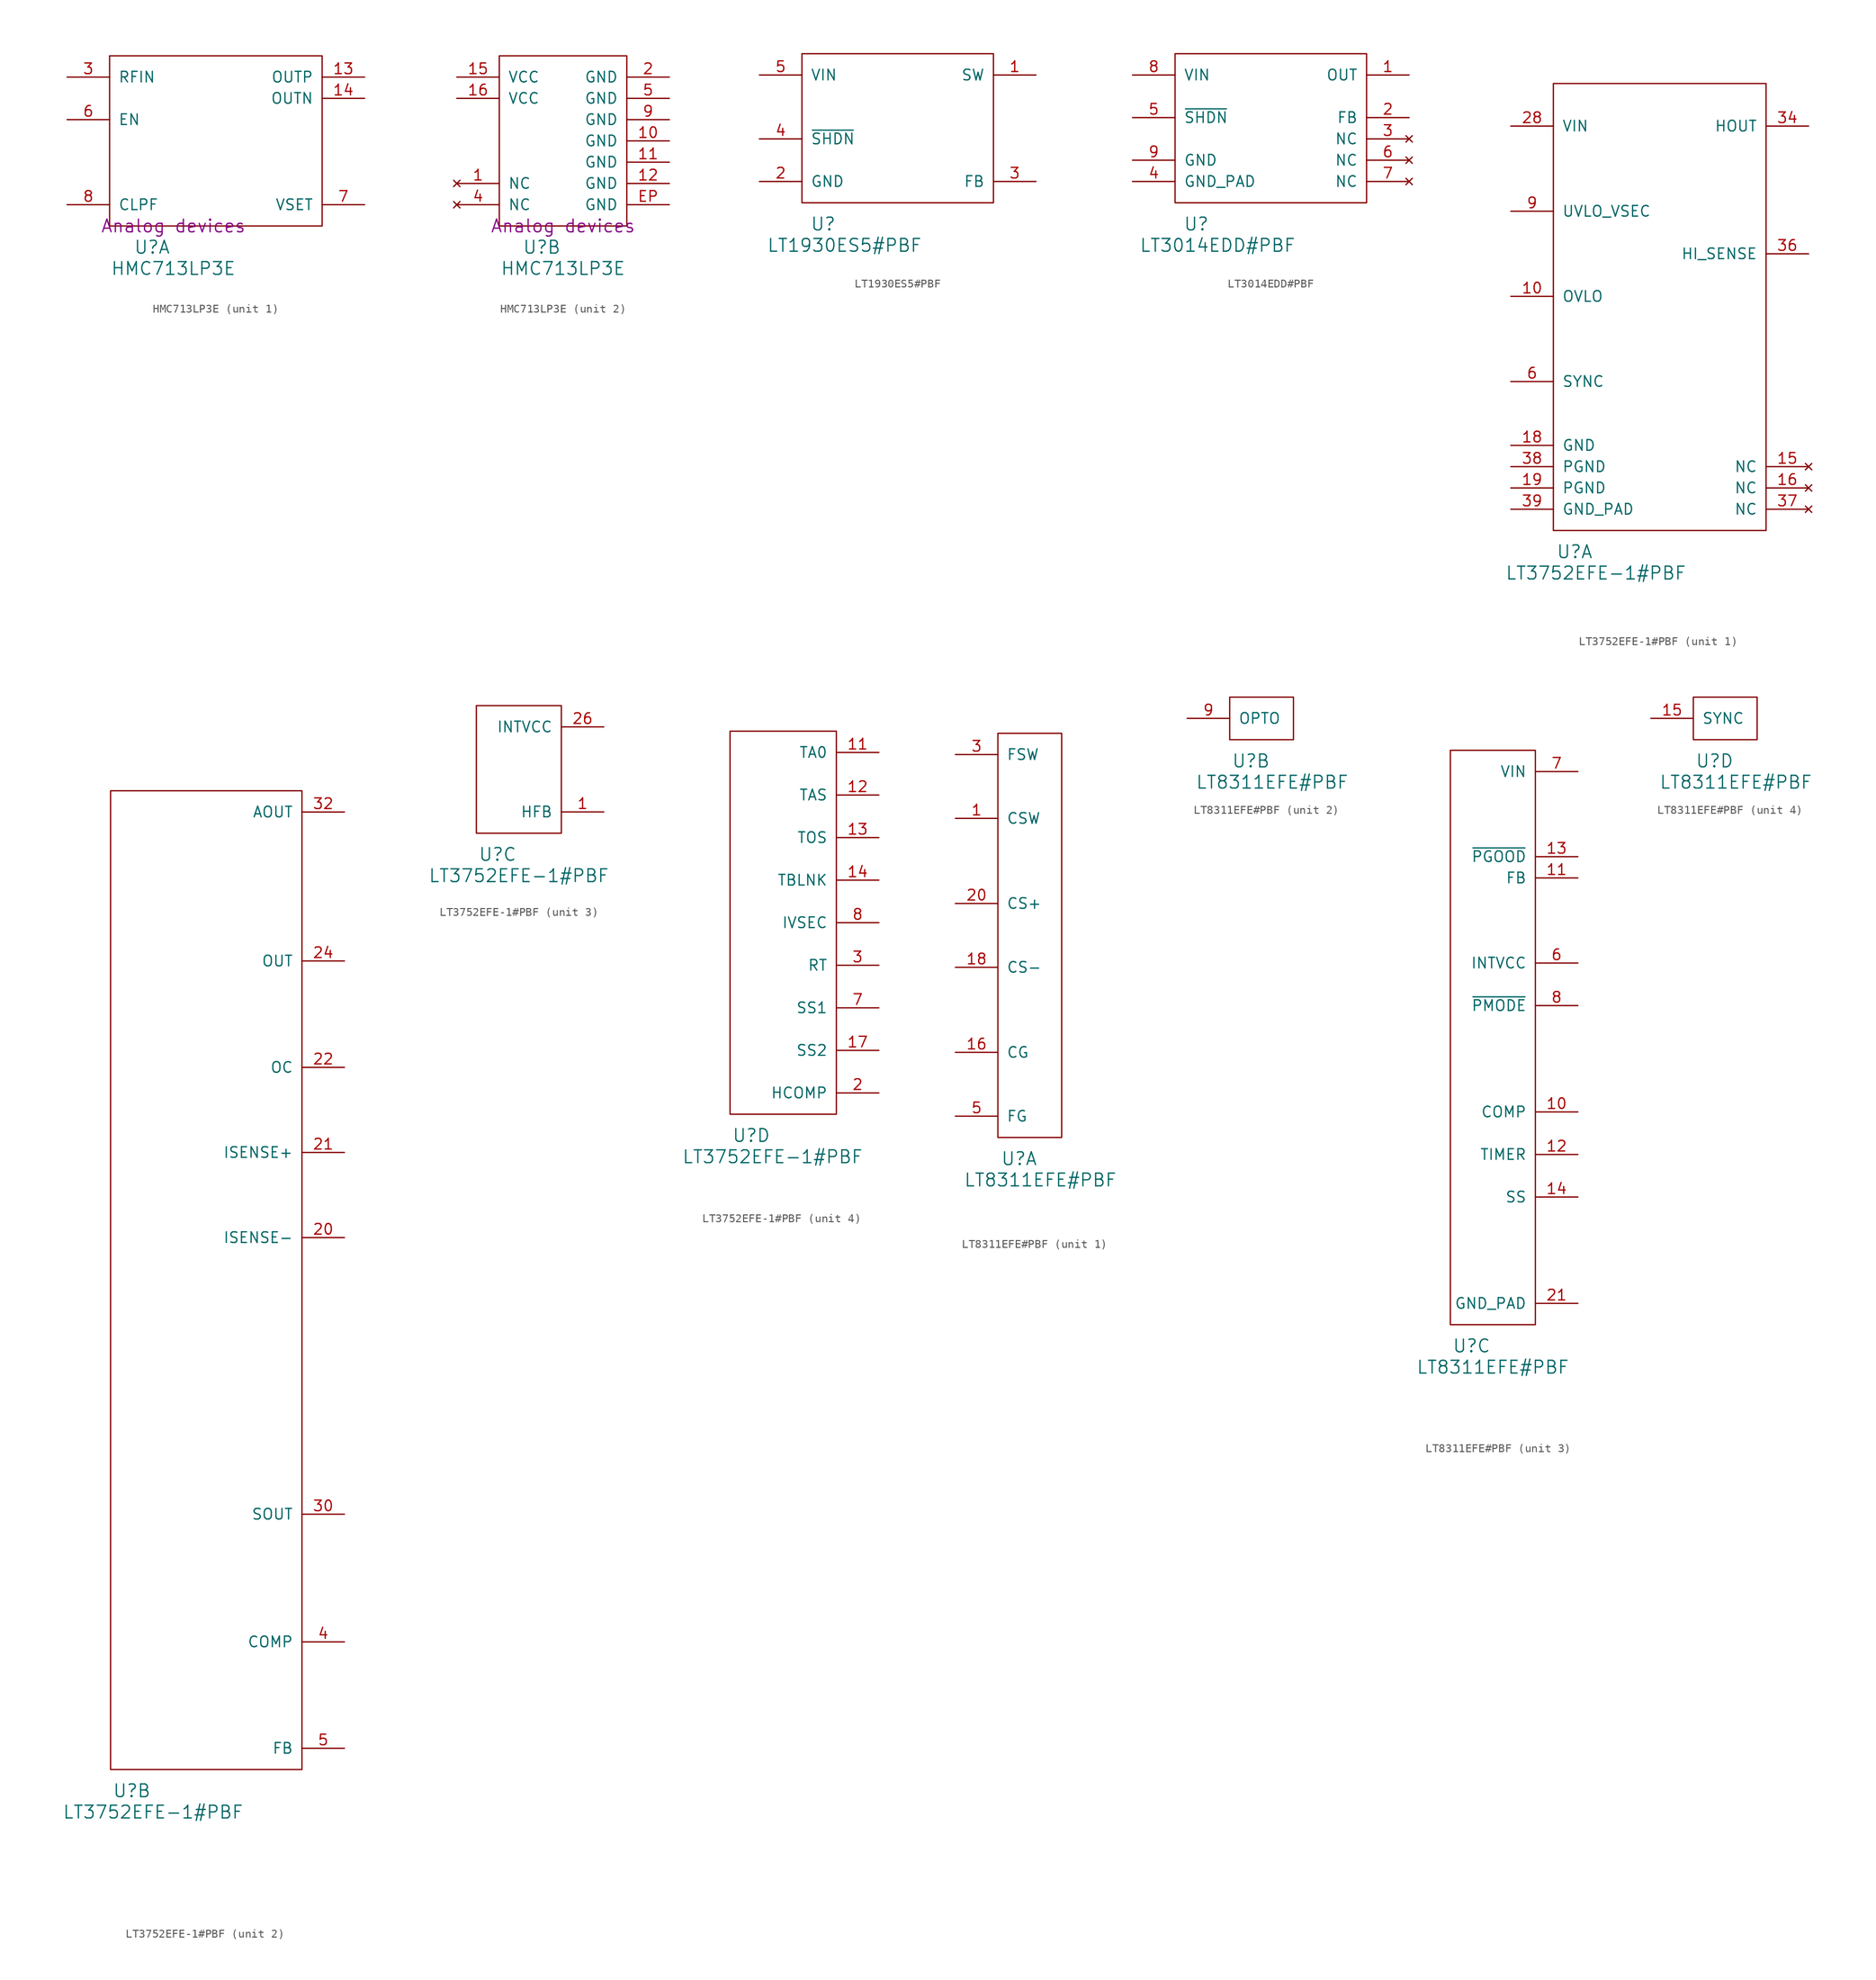
<source format=kicad_sym>
(kicad_symbol_lib
  (version 20220914)
  (generator kicad_symbol_editor)
  (symbol "HMC713LP3E"
    (pin_names
      (offset 1.016))
    (property "Reference" "U"
      (at 5.08 -2.54 0)
      (effects (font (size 1.524 1.524))))
    (property "Value" "HMC713LP3E"
      (at 7.62 -5.08 0)
      (effects (font (size 1.524 1.524))))
    (property "Manufacturer" "Analog devices"
      (at 7.62 0 0)
      (effects (font (size 1.524 1.524))))
    (property "ki_locked" ""
      (at 0 0 0)
      (effects (font (size 1.27 1.27))))
    (symbol "HMC713LP3E_1_1"
      (rectangle (start 0 0) (end 25.4 20.32) (stroke (width 0) (type solid)) (fill (type none)))
      (pin output line (at 30.48 17.78 180) (length 5.08) (name "OUTP" (effects (font (size 1.27 1.27)))) (number "13" (effects (font (size 1.27 1.27)))))
      (pin output line (at 30.48 15.24 180) (length 5.08) (name "OUTN" (effects (font (size 1.27 1.27)))) (number "14" (effects (font (size 1.27 1.27)))))
      (pin input line (at -5.08 17.78 0) (length 5.08) (name "RFIN" (effects (font (size 1.27 1.27)))) (number "3" (effects (font (size 1.27 1.27)))))
      (pin input line (at -5.08 12.7 0) (length 5.08) (name "EN" (effects (font (size 1.27 1.27)))) (number "6" (effects (font (size 1.27 1.27)))))
      (pin input line (at 30.48 2.54 180) (length 5.08) (name "VSET" (effects (font (size 1.27 1.27)))) (number "7" (effects (font (size 1.27 1.27)))))
      (pin passive line (at -5.08 2.54 0) (length 5.08) (name "CLPF" (effects (font (size 1.27 1.27)))) (number "8" (effects (font (size 1.27 1.27))))))
    (symbol "HMC713LP3E_2_1"
      (rectangle (start 0 0) (end 15.24 20.32) (stroke (width 0) (type solid)) (fill (type none)))
      (pin no_connect line (at -5.08 5.08 0) (length 5.08) (name "NC" (effects (font (size 1.27 1.27)))) (number "1" (effects (font (size 1.27 1.27)))))
      (pin power_in line (at 20.32 10.16 180) (length 5.08) (name "GND" (effects (font (size 1.27 1.27)))) (number "10" (effects (font (size 1.27 1.27)))))
      (pin power_in line (at 20.32 7.62 180) (length 5.08) (name "GND" (effects (font (size 1.27 1.27)))) (number "11" (effects (font (size 1.27 1.27)))))
      (pin power_in line (at 20.32 5.08 180) (length 5.08) (name "GND" (effects (font (size 1.27 1.27)))) (number "12" (effects (font (size 1.27 1.27)))))
      (pin power_in line (at -5.08 17.78 0) (length 5.08) (name "VCC" (effects (font (size 1.27 1.27)))) (number "15" (effects (font (size 1.27 1.27)))))
      (pin power_in line (at -5.08 15.24 0) (length 5.08) (name "VCC" (effects (font (size 1.27 1.27)))) (number "16" (effects (font (size 1.27 1.27)))))
      (pin power_in line (at 20.32 17.78 180) (length 5.08) (name "GND" (effects (font (size 1.27 1.27)))) (number "2" (effects (font (size 1.27 1.27)))))
      (pin no_connect line (at -5.08 2.54 0) (length 5.08) (name "NC" (effects (font (size 1.27 1.27)))) (number "4" (effects (font (size 1.27 1.27)))))
      (pin power_in line (at 20.32 15.24 180) (length 5.08) (name "GND" (effects (font (size 1.27 1.27)))) (number "5" (effects (font (size 1.27 1.27)))))
      (pin power_in line (at 20.32 12.7 180) (length 5.08) (name "GND" (effects (font (size 1.27 1.27)))) (number "9" (effects (font (size 1.27 1.27)))))
      (pin power_in line (at 20.32 2.54 180) (length 5.08) (name "GND" (effects (font (size 1.27 1.27)))) (number "EP" (effects (font (size 1.27 1.27)))))))
  (symbol "LT1930ES5#PBF"
    (pin_names
      (offset 1.016))
    (property "Reference" "U"
      (at 2.54 -2.54 0)
      (effects (font (size 1.524 1.524))))
    (property "Value" "LT1930ES5#PBF"
      (at 5.08 -5.08 0)
      (effects (font (size 1.524 1.524))))
    (symbol "LT1930ES5#PBF_1_1"
      (rectangle (start 0 0) (end 22.86 17.78) (stroke (width 0) (type solid)) (fill (type none)))
      (pin open_collector line (at 27.94 15.24 180) (length 5.08) (name "SW" (effects (font (size 1.27 1.27)))) (number "1" (effects (font (size 1.27 1.27)))))
      (pin power_in line (at -5.08 2.54 0) (length 5.08) (name "GND" (effects (font (size 1.27 1.27)))) (number "2" (effects (font (size 1.27 1.27)))))
      (pin input line (at 27.94 2.54 180) (length 5.08) (name "FB" (effects (font (size 1.27 1.27)))) (number "3" (effects (font (size 1.27 1.27)))))
      (pin input line (at -5.08 7.62 0) (length 5.08) (name "~{SHDN}" (effects (font (size 1.27 1.27)))) (number "4" (effects (font (size 1.27 1.27)))))
      (pin input line (at -5.08 15.24 0) (length 5.08) (name "VIN" (effects (font (size 1.27 1.27)))) (number "5" (effects (font (size 1.27 1.27)))))))
  (symbol "LT3014EDD#PBF"
    (pin_names
      (offset 1.016))
    (property "Reference" "U"
      (at 2.54 -2.54 0)
      (effects (font (size 1.524 1.524))))
    (property "Value" "LT3014EDD#PBF"
      (at 5.08 -5.08 0)
      (effects (font (size 1.524 1.524))))
    (symbol "LT3014EDD#PBF_1_1"
      (rectangle (start 0 0) (end 22.86 17.78) (stroke (width 0) (type solid)) (fill (type none)))
      (pin power_out line (at 27.94 15.24 180) (length 5.08) (name "OUT" (effects (font (size 1.27 1.27)))) (number "1" (effects (font (size 1.27 1.27)))))
      (pin input line (at 27.94 10.16 180) (length 5.08) (name "FB" (effects (font (size 1.27 1.27)))) (number "2" (effects (font (size 1.27 1.27)))))
      (pin no_connect line (at 27.94 7.62 180) (length 5.08) (name "NC" (effects (font (size 1.27 1.27)))) (number "3" (effects (font (size 1.27 1.27)))))
      (pin power_in line (at -5.08 2.54 0) (length 5.08) (name "GND_PAD" (effects (font (size 1.27 1.27)))) (number "4" (effects (font (size 1.27 1.27)))))
      (pin input line (at -5.08 10.16 0) (length 5.08) (name "~{SHDN}" (effects (font (size 1.27 1.27)))) (number "5" (effects (font (size 1.27 1.27)))))
      (pin no_connect line (at 27.94 5.08 180) (length 5.08) (name "NC" (effects (font (size 1.27 1.27)))) (number "6" (effects (font (size 1.27 1.27)))))
      (pin no_connect line (at 27.94 2.54 180) (length 5.08) (name "NC" (effects (font (size 1.27 1.27)))) (number "7" (effects (font (size 1.27 1.27)))))
      (pin input line (at -5.08 15.24 0) (length 5.08) (name "VIN" (effects (font (size 1.27 1.27)))) (number "8" (effects (font (size 1.27 1.27)))))
      (pin power_in line (at -5.08 5.08 0) (length 5.08) (name "GND" (effects (font (size 1.27 1.27)))) (number "9" (effects (font (size 1.27 1.27)))))))
  (symbol "LT3752EFE-1#PBF"
    (pin_names
      (offset 1.016))
    (property "Reference" "U"
      (at 2.54 -2.54 0)
      (effects (font (size 1.524 1.524))))
    (property "Value" "LT3752EFE-1#PBF"
      (at 5.08 -5.08 0)
      (effects (font (size 1.524 1.524))))
    (property "ki_locked" ""
      (at 0 0 0)
      (effects (font (size 1.27 1.27))))
    (symbol "LT3752EFE-1#PBF_1_1"
      (rectangle (start 0 0) (end 25.4 53.34) (stroke (width 0) (type solid)) (fill (type none)))
      (pin input line (at -5.08 27.94 0) (length 5.08) (name "OVLO" (effects (font (size 1.27 1.27)))) (number "10" (effects (font (size 1.27 1.27)))))
      (pin no_connect line (at 30.48 7.62 180) (length 5.08) (name "NC" (effects (font (size 1.27 1.27)))) (number "15" (effects (font (size 1.27 1.27)))))
      (pin no_connect line (at 30.48 5.08 180) (length 5.08) (name "NC" (effects (font (size 1.27 1.27)))) (number "16" (effects (font (size 1.27 1.27)))))
      (pin power_in line (at -5.08 10.16 0) (length 5.08) (name "GND" (effects (font (size 1.27 1.27)))) (number "18" (effects (font (size 1.27 1.27)))))
      (pin power_in line (at -5.08 5.08 0) (length 5.08) (name "PGND" (effects (font (size 1.27 1.27)))) (number "19" (effects (font (size 1.27 1.27)))))
      (pin power_in line (at -5.08 48.26 0) (length 5.08) (name "VIN" (effects (font (size 1.27 1.27)))) (number "28" (effects (font (size 1.27 1.27)))))
      (pin output line (at 30.48 48.26 180) (length 5.08) (name "HOUT" (effects (font (size 1.27 1.27)))) (number "34" (effects (font (size 1.27 1.27)))))
      (pin input line (at 30.48 33.02 180) (length 5.08) (name "HI_SENSE" (effects (font (size 1.27 1.27)))) (number "36" (effects (font (size 1.27 1.27)))))
      (pin no_connect line (at 30.48 2.54 180) (length 5.08) (name "NC" (effects (font (size 1.27 1.27)))) (number "37" (effects (font (size 1.27 1.27)))))
      (pin power_in line (at -5.08 7.62 0) (length 5.08) (name "PGND" (effects (font (size 1.27 1.27)))) (number "38" (effects (font (size 1.27 1.27)))))
      (pin power_in line (at -5.08 2.54 0) (length 5.08) (name "GND_PAD" (effects (font (size 1.27 1.27)))) (number "39" (effects (font (size 1.27 1.27)))))
      (pin input line (at -5.08 17.78 0) (length 5.08) (name "SYNC" (effects (font (size 1.27 1.27)))) (number "6" (effects (font (size 1.27 1.27)))))
      (pin input line (at -5.08 38.1 0) (length 5.08) (name "UVLO_VSEC" (effects (font (size 1.27 1.27)))) (number "9" (effects (font (size 1.27 1.27))))))
    (symbol "LT3752EFE-1#PBF_2_1"
      (rectangle (start 0 0) (end 22.86 116.84) (stroke (width 0) (type solid)) (fill (type none)))
      (pin input line (at 27.94 63.5 180) (length 5.08) (name "ISENSE-" (effects (font (size 1.27 1.27)))) (number "20" (effects (font (size 1.27 1.27)))))
      (pin input line (at 27.94 73.66 180) (length 5.08) (name "ISENSE+" (effects (font (size 1.27 1.27)))) (number "21" (effects (font (size 1.27 1.27)))))
      (pin output line (at 27.94 83.82 180) (length 5.08) (name "OC" (effects (font (size 1.27 1.27)))) (number "22" (effects (font (size 1.27 1.27)))))
      (pin output line (at 27.94 96.52 180) (length 5.08) (name "OUT" (effects (font (size 1.27 1.27)))) (number "24" (effects (font (size 1.27 1.27)))))
      (pin output line (at 27.94 30.48 180) (length 5.08) (name "SOUT" (effects (font (size 1.27 1.27)))) (number "30" (effects (font (size 1.27 1.27)))))
      (pin output line (at 27.94 114.3 180) (length 5.08) (name "AOUT" (effects (font (size 1.27 1.27)))) (number "32" (effects (font (size 1.27 1.27)))))
      (pin output line (at 27.94 15.24 180) (length 5.08) (name "COMP" (effects (font (size 1.27 1.27)))) (number "4" (effects (font (size 1.27 1.27)))))
      (pin input line (at 27.94 2.54 180) (length 5.08) (name "FB" (effects (font (size 1.27 1.27)))) (number "5" (effects (font (size 1.27 1.27))))))
    (symbol "LT3752EFE-1#PBF_3_1"
      (rectangle (start 0 0) (end 10.16 15.24) (stroke (width 0) (type solid)) (fill (type none)))
      (pin input line (at 15.24 2.54 180) (length 5.08) (name "HFB" (effects (font (size 1.27 1.27)))) (number "1" (effects (font (size 1.27 1.27)))))
      (pin power_out line (at 15.24 12.7 180) (length 5.08) (name "INTVCC" (effects (font (size 1.27 1.27)))) (number "26" (effects (font (size 1.27 1.27))))))
    (symbol "LT3752EFE-1#PBF_4_1"
      (rectangle (start 0 0) (end 12.7 45.72) (stroke (width 0) (type solid)) (fill (type none)))
      (pin input line (at 17.78 43.18 180) (length 5.08) (name "TA0" (effects (font (size 1.27 1.27)))) (number "11" (effects (font (size 1.27 1.27)))))
      (pin input line (at 17.78 38.1 180) (length 5.08) (name "TAS" (effects (font (size 1.27 1.27)))) (number "12" (effects (font (size 1.27 1.27)))))
      (pin input line (at 17.78 33.02 180) (length 5.08) (name "TOS" (effects (font (size 1.27 1.27)))) (number "13" (effects (font (size 1.27 1.27)))))
      (pin input line (at 17.78 27.94 180) (length 5.08) (name "TBLNK" (effects (font (size 1.27 1.27)))) (number "14" (effects (font (size 1.27 1.27)))))
      (pin input line (at 17.78 7.62 180) (length 5.08) (name "SS2" (effects (font (size 1.27 1.27)))) (number "17" (effects (font (size 1.27 1.27)))))
      (pin output line (at 17.78 2.54 180) (length 5.08) (name "HCOMP" (effects (font (size 1.27 1.27)))) (number "2" (effects (font (size 1.27 1.27)))))
      (pin input line (at 17.78 17.78 180) (length 5.08) (name "RT" (effects (font (size 1.27 1.27)))) (number "3" (effects (font (size 1.27 1.27)))))
      (pin input line (at 17.78 12.7 180) (length 5.08) (name "SS1" (effects (font (size 1.27 1.27)))) (number "7" (effects (font (size 1.27 1.27)))))
      (pin input line (at 17.78 22.86 180) (length 5.08) (name "IVSEC" (effects (font (size 1.27 1.27)))) (number "8" (effects (font (size 1.27 1.27)))))))
  (symbol "LT8311EFE#PBF"
    (pin_names
      (offset 1.016))
    (property "Reference" "U"
      (at 2.54 -2.54 0)
      (effects (font (size 1.524 1.524))))
    (property "Value" "LT8311EFE#PBF"
      (at 5.08 -5.08 0)
      (effects (font (size 1.524 1.524))))
    (property "ki_locked" ""
      (at 0 0 0)
      (effects (font (size 1.27 1.27))))
    (symbol "LT8311EFE#PBF_1_1"
      (rectangle (start 0 0) (end 7.62 48.26) (stroke (width 0) (type solid)) (fill (type none)))
      (pin input line (at -5.08 38.1 0) (length 5.08) (name "CSW" (effects (font (size 1.27 1.27)))) (number "1" (effects (font (size 1.27 1.27)))))
      (pin output line (at -5.08 10.16 0) (length 5.08) (name "CG" (effects (font (size 1.27 1.27)))) (number "16" (effects (font (size 1.27 1.27)))))
      (pin input line (at -5.08 20.32 0) (length 5.08) (name "CS-" (effects (font (size 1.27 1.27)))) (number "18" (effects (font (size 1.27 1.27)))))
      (pin input line (at -5.08 27.94 0) (length 5.08) (name "CS+" (effects (font (size 1.27 1.27)))) (number "20" (effects (font (size 1.27 1.27)))))
      (pin input line (at -5.08 45.72 0) (length 5.08) (name "FSW" (effects (font (size 1.27 1.27)))) (number "3" (effects (font (size 1.27 1.27)))))
      (pin output line (at -5.08 2.54 0) (length 5.08) (name "FG" (effects (font (size 1.27 1.27)))) (number "5" (effects (font (size 1.27 1.27))))))
    (symbol "LT8311EFE#PBF_2_1"
      (rectangle (start 0 0) (end 7.62 5.08) (stroke (width 0) (type solid)) (fill (type none)))
      (pin output line (at -5.08 2.54 0) (length 5.08) (name "OPTO" (effects (font (size 1.27 1.27)))) (number "9" (effects (font (size 1.27 1.27))))))
    (symbol "LT8311EFE#PBF_3_1"
      (rectangle (start 0 0) (end 10.16 68.58) (stroke (width 0) (type solid)) (fill (type none)))
      (pin output line (at 15.24 25.4 180) (length 5.08) (name "COMP" (effects (font (size 1.27 1.27)))) (number "10" (effects (font (size 1.27 1.27)))))
      (pin input line (at 15.24 53.34 180) (length 5.08) (name "FB" (effects (font (size 1.27 1.27)))) (number "11" (effects (font (size 1.27 1.27)))))
      (pin input line (at 15.24 20.32 180) (length 5.08) (name "TIMER" (effects (font (size 1.27 1.27)))) (number "12" (effects (font (size 1.27 1.27)))))
      (pin open_collector line (at 15.24 55.88 180) (length 5.08) (name "~{PGOOD}" (effects (font (size 1.27 1.27)))) (number "13" (effects (font (size 1.27 1.27)))))
      (pin power_out line (at 15.24 15.24 180) (length 5.08) (name "SS" (effects (font (size 1.27 1.27)))) (number "14" (effects (font (size 1.27 1.27)))))
      (pin power_in line (at 15.24 2.54 180) (length 5.08) (name "GND_PAD" (effects (font (size 1.27 1.27)))) (number "21" (effects (font (size 1.27 1.27)))))
      (pin power_out line (at 15.24 43.18 180) (length 5.08) (name "INTVCC" (effects (font (size 1.27 1.27)))) (number "6" (effects (font (size 1.27 1.27)))))
      (pin power_in line (at 15.24 66.04 180) (length 5.08) (name "VIN" (effects (font (size 1.27 1.27)))) (number "7" (effects (font (size 1.27 1.27)))))
      (pin input line (at 15.24 38.1 180) (length 5.08) (name "~{PMODE}" (effects (font (size 1.27 1.27)))) (number "8" (effects (font (size 1.27 1.27))))))
    (symbol "LT8311EFE#PBF_4_1"
      (rectangle (start 0 0) (end 7.62 5.08) (stroke (width 0) (type solid)) (fill (type none)))
      (pin input line (at -5.08 2.54 0) (length 5.08) (name "SYNC" (effects (font (size 1.27 1.27)))) (number "15" (effects (font (size 1.27 1.27))))))))
</source>
